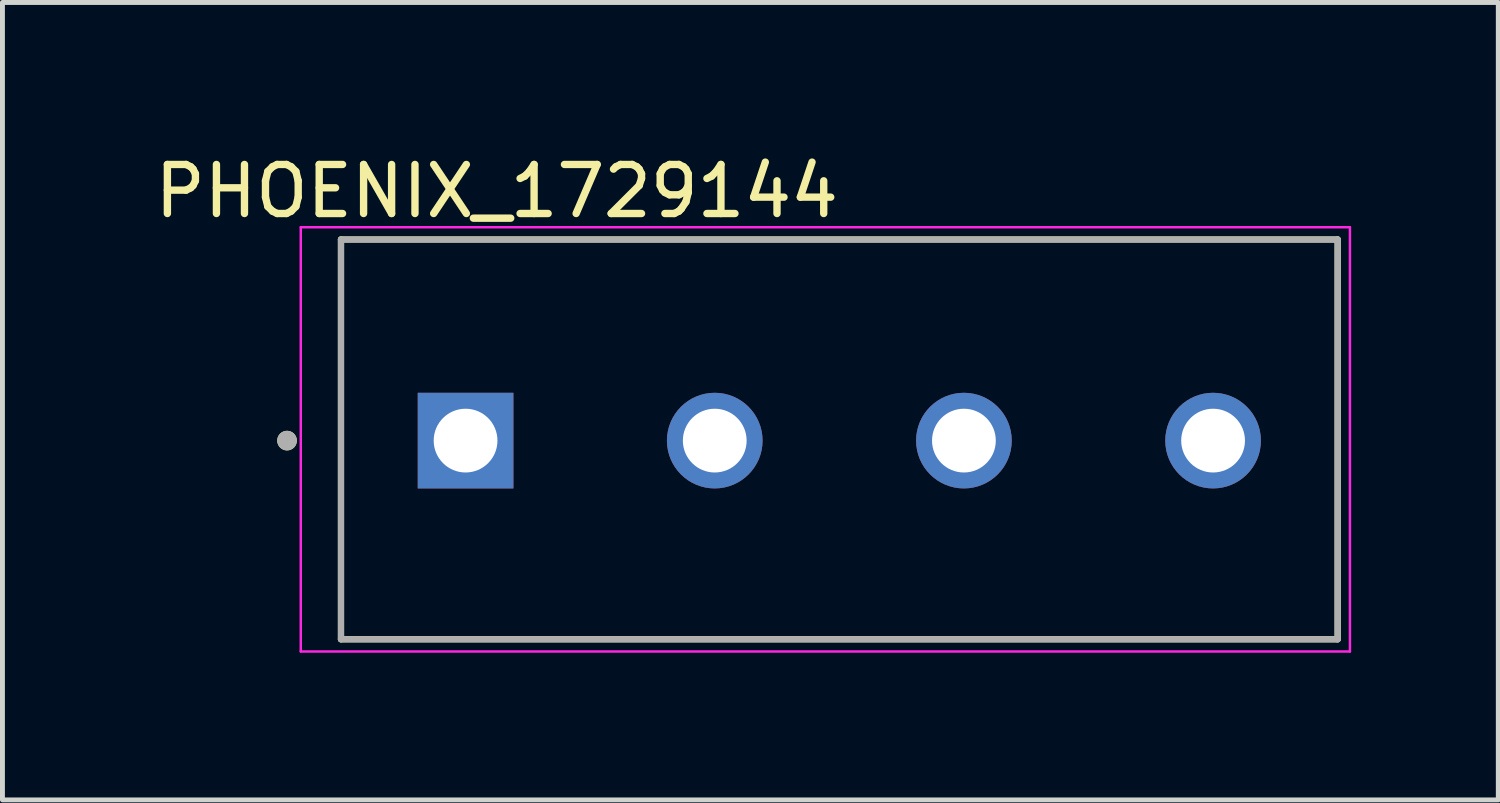
<source format=kicad_pcb>
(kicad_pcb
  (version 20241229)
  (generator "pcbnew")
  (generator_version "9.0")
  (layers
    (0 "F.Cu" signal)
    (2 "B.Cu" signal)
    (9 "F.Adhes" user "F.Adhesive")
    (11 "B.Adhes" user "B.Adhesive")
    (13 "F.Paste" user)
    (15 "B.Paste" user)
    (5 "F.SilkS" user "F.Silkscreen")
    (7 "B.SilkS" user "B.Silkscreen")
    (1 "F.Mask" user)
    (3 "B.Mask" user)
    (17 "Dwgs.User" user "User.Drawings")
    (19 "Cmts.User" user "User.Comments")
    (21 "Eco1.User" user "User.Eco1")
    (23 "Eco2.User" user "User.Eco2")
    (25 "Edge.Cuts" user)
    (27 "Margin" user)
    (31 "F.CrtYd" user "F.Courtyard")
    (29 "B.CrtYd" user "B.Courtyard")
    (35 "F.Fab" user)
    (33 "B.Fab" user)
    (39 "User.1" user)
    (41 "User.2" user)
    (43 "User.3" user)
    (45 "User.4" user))
  (footprint "PHOENIX_1729144"
    (layer "F.Cu")
    (at 3.902 9.983)
    (property "Reference" "PHOENIX_1729144" (at 3.175 -9.135 0) (layer "F.SilkS") (effects (font (size 1 1) (thickness 0.15))))
    (attr through_hole)
    (fp_line (start 0 -8.15) (end 0 0) (stroke (width 0.127) (type solid)) (layer "F.SilkS"))
    (fp_line (start 0 0) (end 20.32 0) (stroke (width 0.127) (type solid)) (layer "F.SilkS"))
    (fp_line (start 20.32 -8.15) (end 0 -8.15) (stroke (width 0.127) (type solid)) (layer "F.SilkS"))
    (fp_line (start 20.32 0) (end 20.32 -8.15) (stroke (width 0.127) (type solid)) (layer "F.SilkS"))
    (fp_circle (center -1.1 -4.05) (end -1 -4.05) (stroke (width 0.2) (type solid)) (fill no) (layer "F.SilkS"))
    (fp_line (start -0.82 -8.4) (end -0.82 0.25) (stroke (width 0.05) (type solid)) (layer "F.CrtYd"))
    (fp_line (start -0.82 0.25) (end 20.57 0.25) (stroke (width 0.05) (type solid)) (layer "F.CrtYd"))
    (fp_line (start 20.57 -8.4) (end -0.82 -8.4) (stroke (width 0.05) (type solid)) (layer "F.CrtYd"))
    (fp_line (start 20.57 0.25) (end 20.57 -8.4) (stroke (width 0.05) (type solid)) (layer "F.CrtYd"))
    (fp_line (start 0 -8.15) (end 0 0) (stroke (width 0.127) (type solid)) (layer "F.Fab"))
    (fp_line (start 0 0) (end 20.32 0) (stroke (width 0.127) (type solid)) (layer "F.Fab"))
    (fp_line (start 20.32 -8.15) (end 0 -8.15) (stroke (width 0.127) (type solid)) (layer "F.Fab"))
    (fp_line (start 20.32 0) (end 20.32 -8.15) (stroke (width 0.127) (type solid)) (layer "F.Fab"))
    (fp_circle (center -1.1 -4.05) (end -1 -4.05) (stroke (width 0.2) (type solid)) (fill no) (layer "F.Fab"))
    (pad "1" thru_hole rect (at 2.54 -4.05) (size 1.95 1.95) (drill 1.3) (layers "*.Cu" "*.Mask"))
    (pad "2" thru_hole circle (at 7.62 -4.05) (size 1.95 1.95) (drill 1.3) (layers "*.Cu" "*.Mask"))
    (pad "3" thru_hole circle (at 12.7 -4.05) (size 1.95 1.95) (drill 1.3) (layers "*.Cu" "*.Mask"))
    (pad "4" thru_hole circle (at 17.78 -4.05) (size 1.95 1.95) (drill 1.3) (layers "*.Cu" "*.Mask")))
  (gr_rect
    (start -3 -3)
    (end 27.497 13.258)
    (stroke (width 0.1) (type default))
    (fill no)
    (layer "Edge.Cuts")))
</source>
